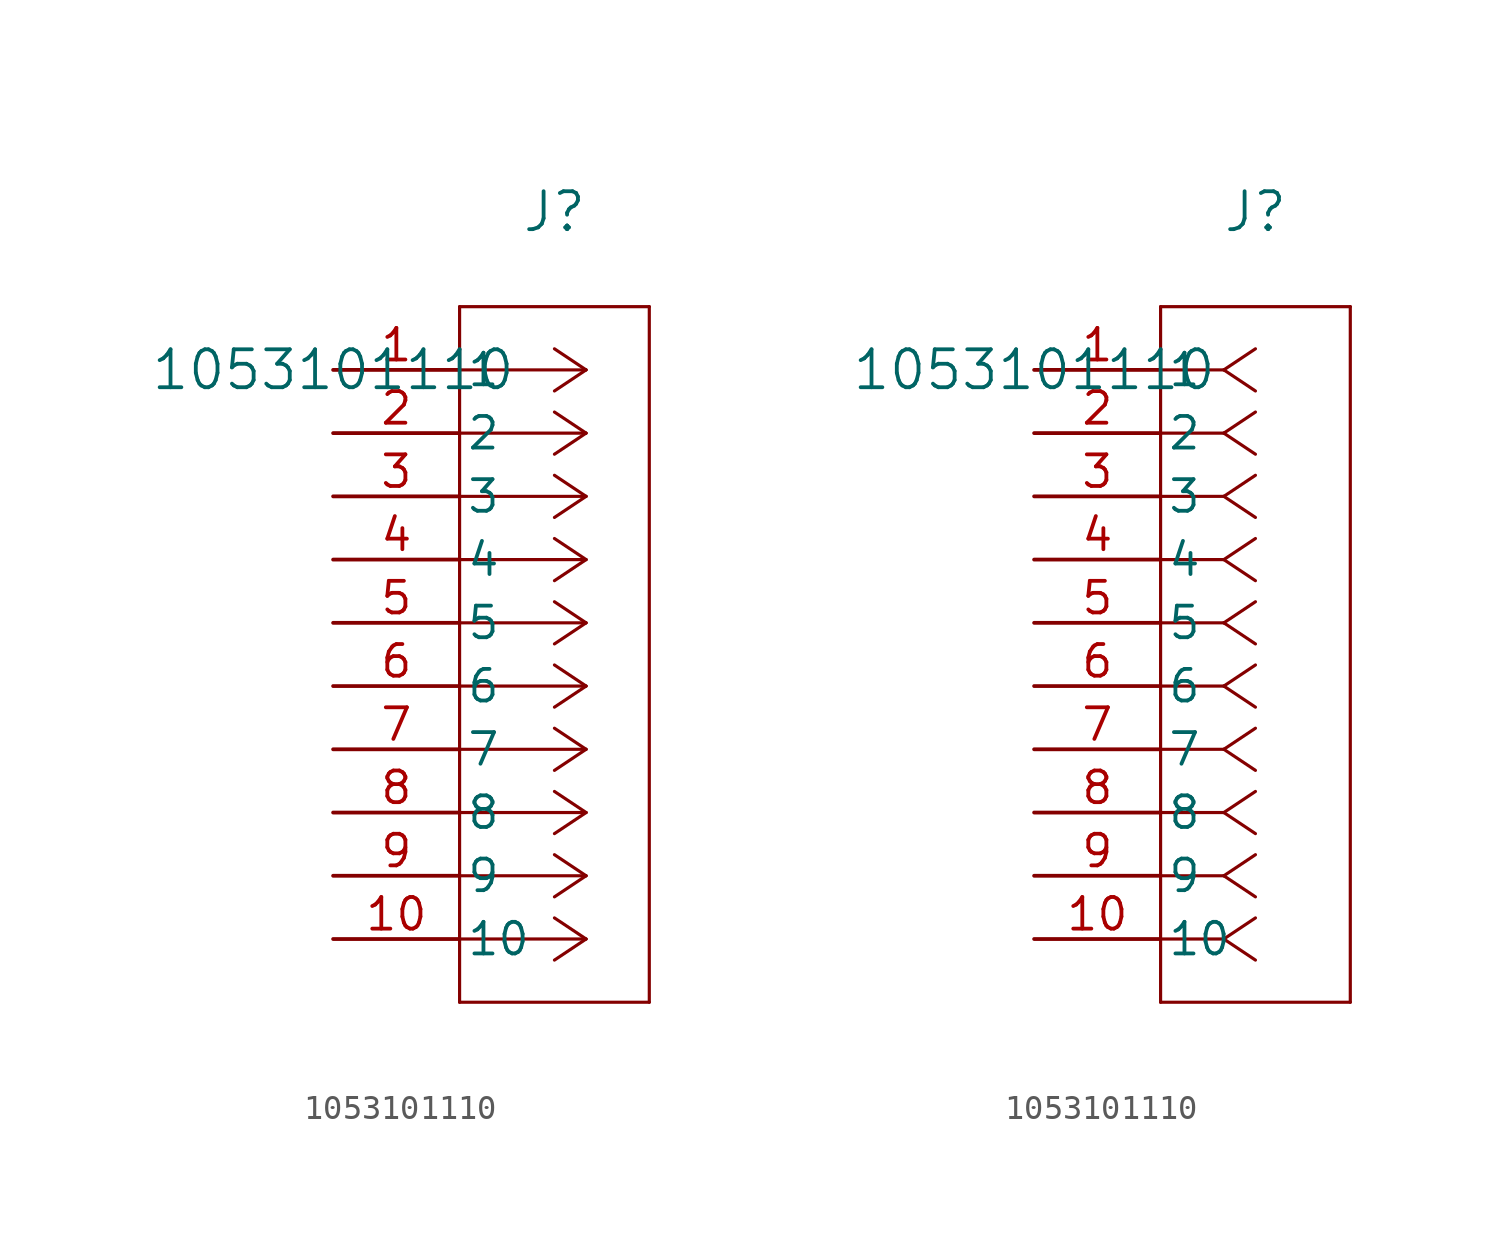
<source format=kicad_sym>
(kicad_symbol_lib
  (version 20211014)
  (generator kicad_symbol_editor)
  (symbol "1053101110"
    (pin_names
      (offset 0.254))
    (property "Reference" "J"
      (at 8.89 6.35 0)
      (effects (font (size 1.524 1.524))))
    (property "Value" "1053101110"
      (at 0 0 0)
      (effects (font (size 1.524 1.524))))
    (symbol "1053101110_1_1"
      (polyline (pts (xy 10.16 0) (xy 5.08 0)) (stroke (width 0.127) (type default) (color 0 0 0 0)) (fill (type none)))
      (polyline (pts (xy 10.16 -2.54) (xy 5.08 -2.54)) (stroke (width 0.127) (type default) (color 0 0 0 0)) (fill (type none)))
      (polyline (pts (xy 10.16 -5.08) (xy 5.08 -5.08)) (stroke (width 0.127) (type default) (color 0 0 0 0)) (fill (type none)))
      (polyline (pts (xy 10.16 -7.62) (xy 5.08 -7.62)) (stroke (width 0.127) (type default) (color 0 0 0 0)) (fill (type none)))
      (polyline (pts (xy 10.16 -10.16) (xy 5.08 -10.16)) (stroke (width 0.127) (type default) (color 0 0 0 0)) (fill (type none)))
      (polyline (pts (xy 10.16 -12.7) (xy 5.08 -12.7)) (stroke (width 0.127) (type default) (color 0 0 0 0)) (fill (type none)))
      (polyline (pts (xy 10.16 -15.24) (xy 5.08 -15.24)) (stroke (width 0.127) (type default) (color 0 0 0 0)) (fill (type none)))
      (polyline (pts (xy 10.16 -17.78) (xy 5.08 -17.78)) (stroke (width 0.127) (type default) (color 0 0 0 0)) (fill (type none)))
      (polyline (pts (xy 10.16 -20.32) (xy 5.08 -20.32)) (stroke (width 0.127) (type default) (color 0 0 0 0)) (fill (type none)))
      (polyline (pts (xy 10.16 -22.86) (xy 5.08 -22.86)) (stroke (width 0.127) (type default) (color 0 0 0 0)) (fill (type none)))
      (polyline (pts (xy 10.16 0) (xy 8.89 0.847)) (stroke (width 0.127) (type default) (color 0 0 0 0)) (fill (type none)))
      (polyline (pts (xy 10.16 -2.54) (xy 8.89 -1.693)) (stroke (width 0.127) (type default) (color 0 0 0 0)) (fill (type none)))
      (polyline (pts (xy 10.16 -5.08) (xy 8.89 -4.233)) (stroke (width 0.127) (type default) (color 0 0 0 0)) (fill (type none)))
      (polyline (pts (xy 10.16 -7.62) (xy 8.89 -6.773)) (stroke (width 0.127) (type default) (color 0 0 0 0)) (fill (type none)))
      (polyline (pts (xy 10.16 -10.16) (xy 8.89 -9.313)) (stroke (width 0.127) (type default) (color 0 0 0 0)) (fill (type none)))
      (polyline (pts (xy 10.16 -12.7) (xy 8.89 -11.853)) (stroke (width 0.127) (type default) (color 0 0 0 0)) (fill (type none)))
      (polyline (pts (xy 10.16 -15.24) (xy 8.89 -14.393)) (stroke (width 0.127) (type default) (color 0 0 0 0)) (fill (type none)))
      (polyline (pts (xy 10.16 -17.78) (xy 8.89 -16.933)) (stroke (width 0.127) (type default) (color 0 0 0 0)) (fill (type none)))
      (polyline (pts (xy 10.16 -20.32) (xy 8.89 -19.473)) (stroke (width 0.127) (type default) (color 0 0 0 0)) (fill (type none)))
      (polyline (pts (xy 10.16 -22.86) (xy 8.89 -22.013)) (stroke (width 0.127) (type default) (color 0 0 0 0)) (fill (type none)))
      (polyline (pts (xy 10.16 0) (xy 8.89 -0.847)) (stroke (width 0.127) (type default) (color 0 0 0 0)) (fill (type none)))
      (polyline (pts (xy 10.16 -2.54) (xy 8.89 -3.387)) (stroke (width 0.127) (type default) (color 0 0 0 0)) (fill (type none)))
      (polyline (pts (xy 10.16 -5.08) (xy 8.89 -5.927)) (stroke (width 0.127) (type default) (color 0 0 0 0)) (fill (type none)))
      (polyline (pts (xy 10.16 -7.62) (xy 8.89 -8.467)) (stroke (width 0.127) (type default) (color 0 0 0 0)) (fill (type none)))
      (polyline (pts (xy 10.16 -10.16) (xy 8.89 -11.007)) (stroke (width 0.127) (type default) (color 0 0 0 0)) (fill (type none)))
      (polyline (pts (xy 10.16 -12.7) (xy 8.89 -13.547)) (stroke (width 0.127) (type default) (color 0 0 0 0)) (fill (type none)))
      (polyline (pts (xy 10.16 -15.24) (xy 8.89 -16.087)) (stroke (width 0.127) (type default) (color 0 0 0 0)) (fill (type none)))
      (polyline (pts (xy 10.16 -17.78) (xy 8.89 -18.627)) (stroke (width 0.127) (type default) (color 0 0 0 0)) (fill (type none)))
      (polyline (pts (xy 10.16 -20.32) (xy 8.89 -21.167)) (stroke (width 0.127) (type default) (color 0 0 0 0)) (fill (type none)))
      (polyline (pts (xy 10.16 -22.86) (xy 8.89 -23.707)) (stroke (width 0.127) (type default) (color 0 0 0 0)) (fill (type none)))
      (polyline (pts (xy 5.08 2.54) (xy 5.08 -25.4)) (stroke (width 0.127) (type default) (color 0 0 0 0)) (fill (type none)))
      (polyline (pts (xy 5.08 -25.4) (xy 12.7 -25.4)) (stroke (width 0.127) (type default) (color 0 0 0 0)) (fill (type none)))
      (polyline (pts (xy 12.7 -25.4) (xy 12.7 2.54)) (stroke (width 0.127) (type default) (color 0 0 0 0)) (fill (type none)))
      (polyline (pts (xy 12.7 2.54) (xy 5.08 2.54)) (stroke (width 0.127) (type default) (color 0 0 0 0)) (fill (type none)))
      (pin unspecified line (at 0 0 0) (length 5.08) (name "1" (effects (font (size 1.27 1.27)))) (number "1" (effects (font (size 1.27 1.27)))))
      (pin unspecified line (at 0 -2.54 0) (length 5.08) (name "2" (effects (font (size 1.27 1.27)))) (number "2" (effects (font (size 1.27 1.27)))))
      (pin unspecified line (at 0 -5.08 0) (length 5.08) (name "3" (effects (font (size 1.27 1.27)))) (number "3" (effects (font (size 1.27 1.27)))))
      (pin unspecified line (at 0 -7.62 0) (length 5.08) (name "4" (effects (font (size 1.27 1.27)))) (number "4" (effects (font (size 1.27 1.27)))))
      (pin unspecified line (at 0 -10.16 0) (length 5.08) (name "5" (effects (font (size 1.27 1.27)))) (number "5" (effects (font (size 1.27 1.27)))))
      (pin unspecified line (at 0 -12.7 0) (length 5.08) (name "6" (effects (font (size 1.27 1.27)))) (number "6" (effects (font (size 1.27 1.27)))))
      (pin unspecified line (at 0 -15.24 0) (length 5.08) (name "7" (effects (font (size 1.27 1.27)))) (number "7" (effects (font (size 1.27 1.27)))))
      (pin unspecified line (at 0 -17.78 0) (length 5.08) (name "8" (effects (font (size 1.27 1.27)))) (number "8" (effects (font (size 1.27 1.27)))))
      (pin unspecified line (at 0 -20.32 0) (length 5.08) (name "9" (effects (font (size 1.27 1.27)))) (number "9" (effects (font (size 1.27 1.27)))))
      (pin unspecified line (at 0 -22.86 0) (length 5.08) (name "10" (effects (font (size 1.27 1.27)))) (number "10" (effects (font (size 1.27 1.27))))))
    (symbol "1053101110_1_2"
      (polyline (pts (xy 7.62 0) (xy 5.08 0)) (stroke (width 0.127) (type default) (color 0 0 0 0)) (fill (type none)))
      (polyline (pts (xy 7.62 -2.54) (xy 5.08 -2.54)) (stroke (width 0.127) (type default) (color 0 0 0 0)) (fill (type none)))
      (polyline (pts (xy 7.62 -5.08) (xy 5.08 -5.08)) (stroke (width 0.127) (type default) (color 0 0 0 0)) (fill (type none)))
      (polyline (pts (xy 7.62 -7.62) (xy 5.08 -7.62)) (stroke (width 0.127) (type default) (color 0 0 0 0)) (fill (type none)))
      (polyline (pts (xy 7.62 -10.16) (xy 5.08 -10.16)) (stroke (width 0.127) (type default) (color 0 0 0 0)) (fill (type none)))
      (polyline (pts (xy 7.62 -12.7) (xy 5.08 -12.7)) (stroke (width 0.127) (type default) (color 0 0 0 0)) (fill (type none)))
      (polyline (pts (xy 7.62 -15.24) (xy 5.08 -15.24)) (stroke (width 0.127) (type default) (color 0 0 0 0)) (fill (type none)))
      (polyline (pts (xy 7.62 -17.78) (xy 5.08 -17.78)) (stroke (width 0.127) (type default) (color 0 0 0 0)) (fill (type none)))
      (polyline (pts (xy 7.62 -20.32) (xy 5.08 -20.32)) (stroke (width 0.127) (type default) (color 0 0 0 0)) (fill (type none)))
      (polyline (pts (xy 7.62 -22.86) (xy 5.08 -22.86)) (stroke (width 0.127) (type default) (color 0 0 0 0)) (fill (type none)))
      (polyline (pts (xy 7.62 0) (xy 8.89 0.847)) (stroke (width 0.127) (type default) (color 0 0 0 0)) (fill (type none)))
      (polyline (pts (xy 7.62 -2.54) (xy 8.89 -1.693)) (stroke (width 0.127) (type default) (color 0 0 0 0)) (fill (type none)))
      (polyline (pts (xy 7.62 -5.08) (xy 8.89 -4.233)) (stroke (width 0.127) (type default) (color 0 0 0 0)) (fill (type none)))
      (polyline (pts (xy 7.62 -7.62) (xy 8.89 -6.773)) (stroke (width 0.127) (type default) (color 0 0 0 0)) (fill (type none)))
      (polyline (pts (xy 7.62 -10.16) (xy 8.89 -9.313)) (stroke (width 0.127) (type default) (color 0 0 0 0)) (fill (type none)))
      (polyline (pts (xy 7.62 -12.7) (xy 8.89 -11.853)) (stroke (width 0.127) (type default) (color 0 0 0 0)) (fill (type none)))
      (polyline (pts (xy 7.62 -15.24) (xy 8.89 -14.393)) (stroke (width 0.127) (type default) (color 0 0 0 0)) (fill (type none)))
      (polyline (pts (xy 7.62 -17.78) (xy 8.89 -16.933)) (stroke (width 0.127) (type default) (color 0 0 0 0)) (fill (type none)))
      (polyline (pts (xy 7.62 -20.32) (xy 8.89 -19.473)) (stroke (width 0.127) (type default) (color 0 0 0 0)) (fill (type none)))
      (polyline (pts (xy 7.62 -22.86) (xy 8.89 -22.013)) (stroke (width 0.127) (type default) (color 0 0 0 0)) (fill (type none)))
      (polyline (pts (xy 7.62 0) (xy 8.89 -0.847)) (stroke (width 0.127) (type default) (color 0 0 0 0)) (fill (type none)))
      (polyline (pts (xy 7.62 -2.54) (xy 8.89 -3.387)) (stroke (width 0.127) (type default) (color 0 0 0 0)) (fill (type none)))
      (polyline (pts (xy 7.62 -5.08) (xy 8.89 -5.927)) (stroke (width 0.127) (type default) (color 0 0 0 0)) (fill (type none)))
      (polyline (pts (xy 7.62 -7.62) (xy 8.89 -8.467)) (stroke (width 0.127) (type default) (color 0 0 0 0)) (fill (type none)))
      (polyline (pts (xy 7.62 -10.16) (xy 8.89 -11.007)) (stroke (width 0.127) (type default) (color 0 0 0 0)) (fill (type none)))
      (polyline (pts (xy 7.62 -12.7) (xy 8.89 -13.547)) (stroke (width 0.127) (type default) (color 0 0 0 0)) (fill (type none)))
      (polyline (pts (xy 7.62 -15.24) (xy 8.89 -16.087)) (stroke (width 0.127) (type default) (color 0 0 0 0)) (fill (type none)))
      (polyline (pts (xy 7.62 -17.78) (xy 8.89 -18.627)) (stroke (width 0.127) (type default) (color 0 0 0 0)) (fill (type none)))
      (polyline (pts (xy 7.62 -20.32) (xy 8.89 -21.167)) (stroke (width 0.127) (type default) (color 0 0 0 0)) (fill (type none)))
      (polyline (pts (xy 7.62 -22.86) (xy 8.89 -23.707)) (stroke (width 0.127) (type default) (color 0 0 0 0)) (fill (type none)))
      (polyline (pts (xy 5.08 2.54) (xy 5.08 -25.4)) (stroke (width 0.127) (type default) (color 0 0 0 0)) (fill (type none)))
      (polyline (pts (xy 5.08 -25.4) (xy 12.7 -25.4)) (stroke (width 0.127) (type default) (color 0 0 0 0)) (fill (type none)))
      (polyline (pts (xy 12.7 -25.4) (xy 12.7 2.54)) (stroke (width 0.127) (type default) (color 0 0 0 0)) (fill (type none)))
      (polyline (pts (xy 12.7 2.54) (xy 5.08 2.54)) (stroke (width 0.127) (type default) (color 0 0 0 0)) (fill (type none)))
      (pin unspecified line (at 0 0 0) (length 5.08) (name "1" (effects (font (size 1.27 1.27)))) (number "1" (effects (font (size 1.27 1.27)))))
      (pin unspecified line (at 0 -2.54 0) (length 5.08) (name "2" (effects (font (size 1.27 1.27)))) (number "2" (effects (font (size 1.27 1.27)))))
      (pin unspecified line (at 0 -5.08 0) (length 5.08) (name "3" (effects (font (size 1.27 1.27)))) (number "3" (effects (font (size 1.27 1.27)))))
      (pin unspecified line (at 0 -7.62 0) (length 5.08) (name "4" (effects (font (size 1.27 1.27)))) (number "4" (effects (font (size 1.27 1.27)))))
      (pin unspecified line (at 0 -10.16 0) (length 5.08) (name "5" (effects (font (size 1.27 1.27)))) (number "5" (effects (font (size 1.27 1.27)))))
      (pin unspecified line (at 0 -12.7 0) (length 5.08) (name "6" (effects (font (size 1.27 1.27)))) (number "6" (effects (font (size 1.27 1.27)))))
      (pin unspecified line (at 0 -15.24 0) (length 5.08) (name "7" (effects (font (size 1.27 1.27)))) (number "7" (effects (font (size 1.27 1.27)))))
      (pin unspecified line (at 0 -17.78 0) (length 5.08) (name "8" (effects (font (size 1.27 1.27)))) (number "8" (effects (font (size 1.27 1.27)))))
      (pin unspecified line (at 0 -20.32 0) (length 5.08) (name "9" (effects (font (size 1.27 1.27)))) (number "9" (effects (font (size 1.27 1.27)))))
      (pin unspecified line (at 0 -22.86 0) (length 5.08) (name "10" (effects (font (size 1.27 1.27)))) (number "10" (effects (font (size 1.27 1.27))))))))
</source>
